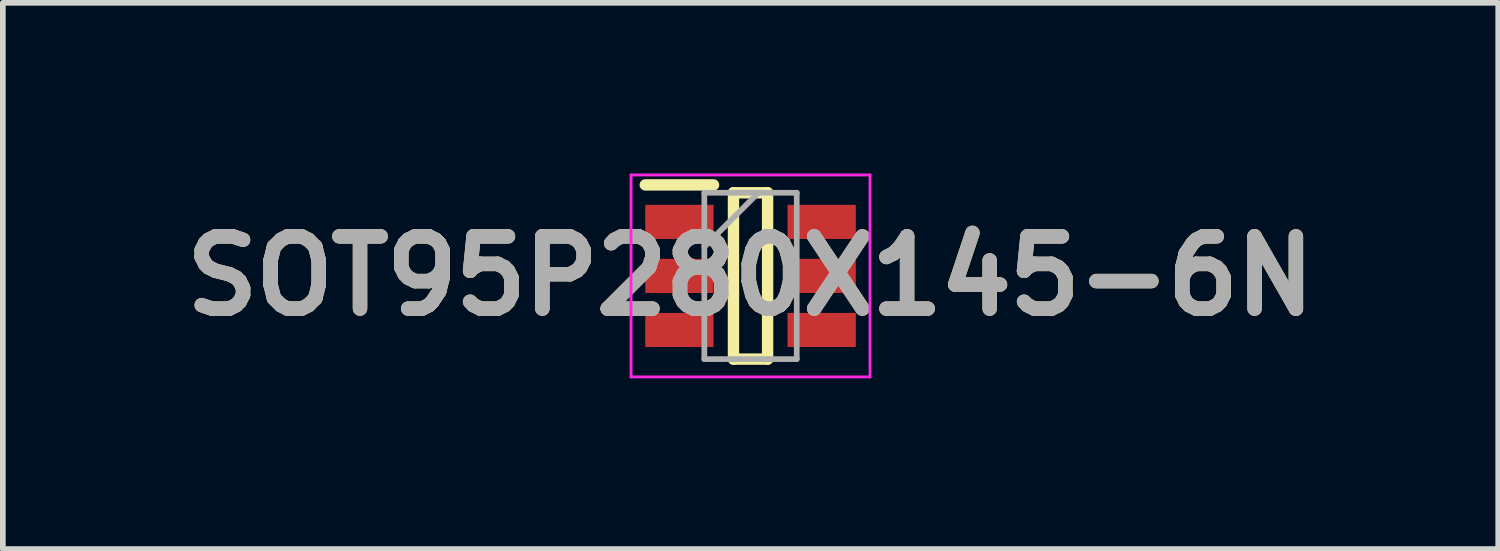
<source format=kicad_pcb>
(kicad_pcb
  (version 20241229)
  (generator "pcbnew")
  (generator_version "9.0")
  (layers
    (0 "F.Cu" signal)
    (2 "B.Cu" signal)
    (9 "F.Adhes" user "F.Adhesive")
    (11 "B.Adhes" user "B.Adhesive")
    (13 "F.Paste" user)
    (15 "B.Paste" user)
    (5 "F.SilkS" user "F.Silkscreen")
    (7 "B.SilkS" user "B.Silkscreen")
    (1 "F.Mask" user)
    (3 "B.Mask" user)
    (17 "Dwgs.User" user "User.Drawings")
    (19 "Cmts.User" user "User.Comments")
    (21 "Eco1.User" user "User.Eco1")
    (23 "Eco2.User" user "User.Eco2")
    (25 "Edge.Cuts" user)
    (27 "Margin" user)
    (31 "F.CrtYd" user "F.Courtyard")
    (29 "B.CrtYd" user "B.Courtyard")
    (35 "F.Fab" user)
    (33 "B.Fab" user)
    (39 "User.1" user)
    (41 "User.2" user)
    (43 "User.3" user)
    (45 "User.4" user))
  (footprint "SOT95P280X145-6N"
    (layer "F.Cu")
    (at 10.142 1.8)
    (property "Reference" "SOT95P280X145-6N" (at 0 0 0) (layer "F.SilkS") (effects (font (size 1.27 1.27) (thickness 0.254))))
    (attr smd)
    (fp_line (start -1.85 -1.6) (end -0.65 -1.6) (stroke (width 0.2) (type solid)) (layer "F.SilkS"))
    (fp_line (start -0.3 -1.462) (end 0.3 -1.462) (stroke (width 0.2) (type solid)) (layer "F.SilkS"))
    (fp_line (start -0.3 1.462) (end -0.3 -1.462) (stroke (width 0.2) (type solid)) (layer "F.SilkS"))
    (fp_line (start 0.3 -1.462) (end 0.3 1.462) (stroke (width 0.2) (type solid)) (layer "F.SilkS"))
    (fp_line (start 0.3 1.462) (end -0.3 1.462) (stroke (width 0.2) (type solid)) (layer "F.SilkS"))
    (fp_line (start -2.1 -1.775) (end 2.1 -1.775) (stroke (width 0.05) (type solid)) (layer "F.CrtYd"))
    (fp_line (start -2.1 1.775) (end -2.1 -1.775) (stroke (width 0.05) (type solid)) (layer "F.CrtYd"))
    (fp_line (start 2.1 -1.775) (end 2.1 1.775) (stroke (width 0.05) (type solid)) (layer "F.CrtYd"))
    (fp_line (start 2.1 1.775) (end -2.1 1.775) (stroke (width 0.05) (type solid)) (layer "F.CrtYd"))
    (fp_line (start -0.812 -1.462) (end 0.812 -1.462) (stroke (width 0.1) (type solid)) (layer "F.Fab"))
    (fp_line (start -0.812 -0.512) (end 0.138 -1.462) (stroke (width 0.1) (type solid)) (layer "F.Fab"))
    (fp_line (start -0.812 1.462) (end -0.812 -1.462) (stroke (width 0.1) (type solid)) (layer "F.Fab"))
    (fp_line (start 0.812 -1.462) (end 0.812 1.462) (stroke (width 0.1) (type solid)) (layer "F.Fab"))
    (fp_line (start 0.812 1.462) (end -0.812 1.462) (stroke (width 0.1) (type solid)) (layer "F.Fab"))
    (fp_text user "${REFERENCE}" (at 0 0 0) (layer "F.Fab") (effects (font (size 1.27 1.27) (thickness 0.254))))
    (pad "1" smd rect (at -1.25 -0.95 90) (size 0.6 1.2) (layers "F.Cu" "F.Mask" "F.Paste"))
    (pad "2" smd rect (at -1.25 0 90) (size 0.6 1.2) (layers "F.Cu" "F.Mask" "F.Paste"))
    (pad "3" smd rect (at -1.25 0.95 90) (size 0.6 1.2) (layers "F.Cu" "F.Mask" "F.Paste"))
    (pad "4" smd rect (at 1.25 0.95 90) (size 0.6 1.2) (layers "F.Cu" "F.Mask" "F.Paste"))
    (pad "5" smd rect (at 1.25 0 90) (size 0.6 1.2) (layers "F.Cu" "F.Mask" "F.Paste"))
    (pad "6" smd rect (at 1.25 -0.95 90) (size 0.6 1.2) (layers "F.Cu" "F.Mask" "F.Paste")))
  (gr_rect
    (start -3 -3)
    (end 23.284 6.6)
    (stroke (width 0.1) (type default))
    (fill no)
    (layer "Edge.Cuts")))
</source>
